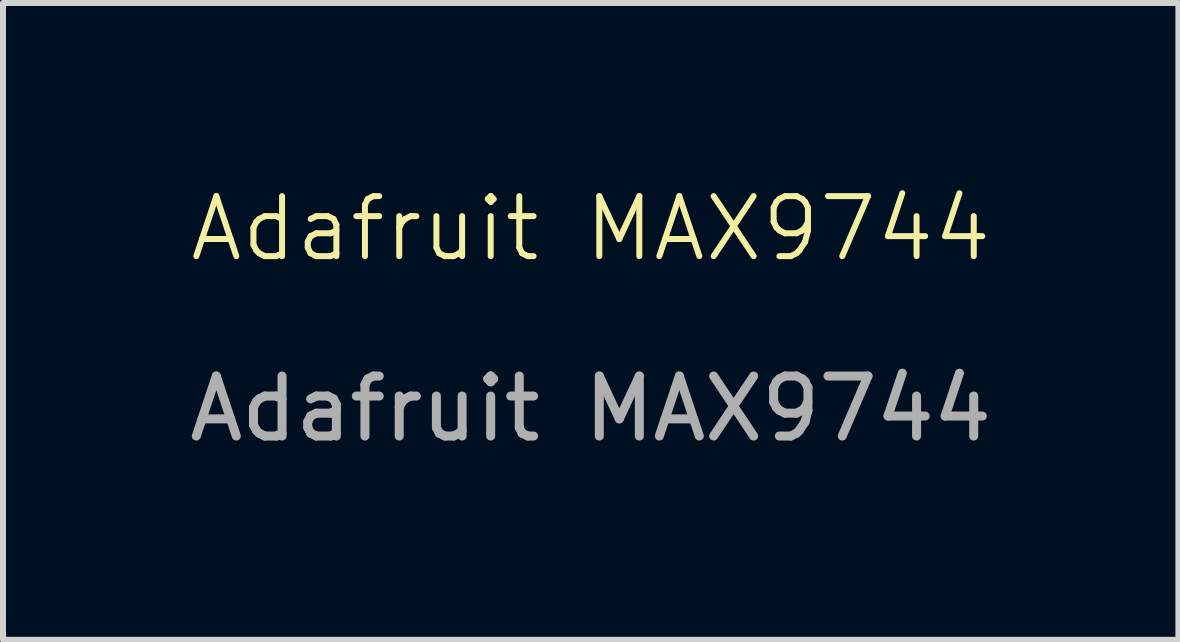
<source format=kicad_pcb>
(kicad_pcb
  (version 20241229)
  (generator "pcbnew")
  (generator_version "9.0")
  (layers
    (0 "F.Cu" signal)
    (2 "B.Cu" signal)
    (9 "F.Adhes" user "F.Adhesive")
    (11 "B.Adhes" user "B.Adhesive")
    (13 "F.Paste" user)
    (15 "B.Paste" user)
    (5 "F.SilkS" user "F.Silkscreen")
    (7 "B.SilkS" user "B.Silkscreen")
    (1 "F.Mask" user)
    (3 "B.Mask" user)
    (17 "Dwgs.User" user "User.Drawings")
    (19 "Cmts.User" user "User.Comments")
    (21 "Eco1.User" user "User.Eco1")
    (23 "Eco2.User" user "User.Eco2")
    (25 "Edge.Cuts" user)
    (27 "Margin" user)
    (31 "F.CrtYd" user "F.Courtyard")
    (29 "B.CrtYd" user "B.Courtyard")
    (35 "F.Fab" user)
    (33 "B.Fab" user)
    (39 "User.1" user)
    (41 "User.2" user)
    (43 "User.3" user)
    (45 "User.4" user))
  (footprint "Adafruit MAX9744"
    (layer "F.Cu")
    (at 6.792 1.26)
    (property "Reference" "Adafruit MAX9744" (at 0 -0.5 0) (unlocked yes) (layer "F.SilkS") (effects (font (size 1 1) (thickness 0.1))))
    (attr through_hole)
    (fp_text user "${REFERENCE}" (at 0 2.5 0) (unlocked yes) (layer "F.Fab") (effects (font (size 1 1) (thickness 0.15)))))
  (gr_rect
    (start -3 -3)
    (end 16.583 7.609)
    (stroke (width 0.1) (type default))
    (fill no)
    (layer "Edge.Cuts")))
</source>
